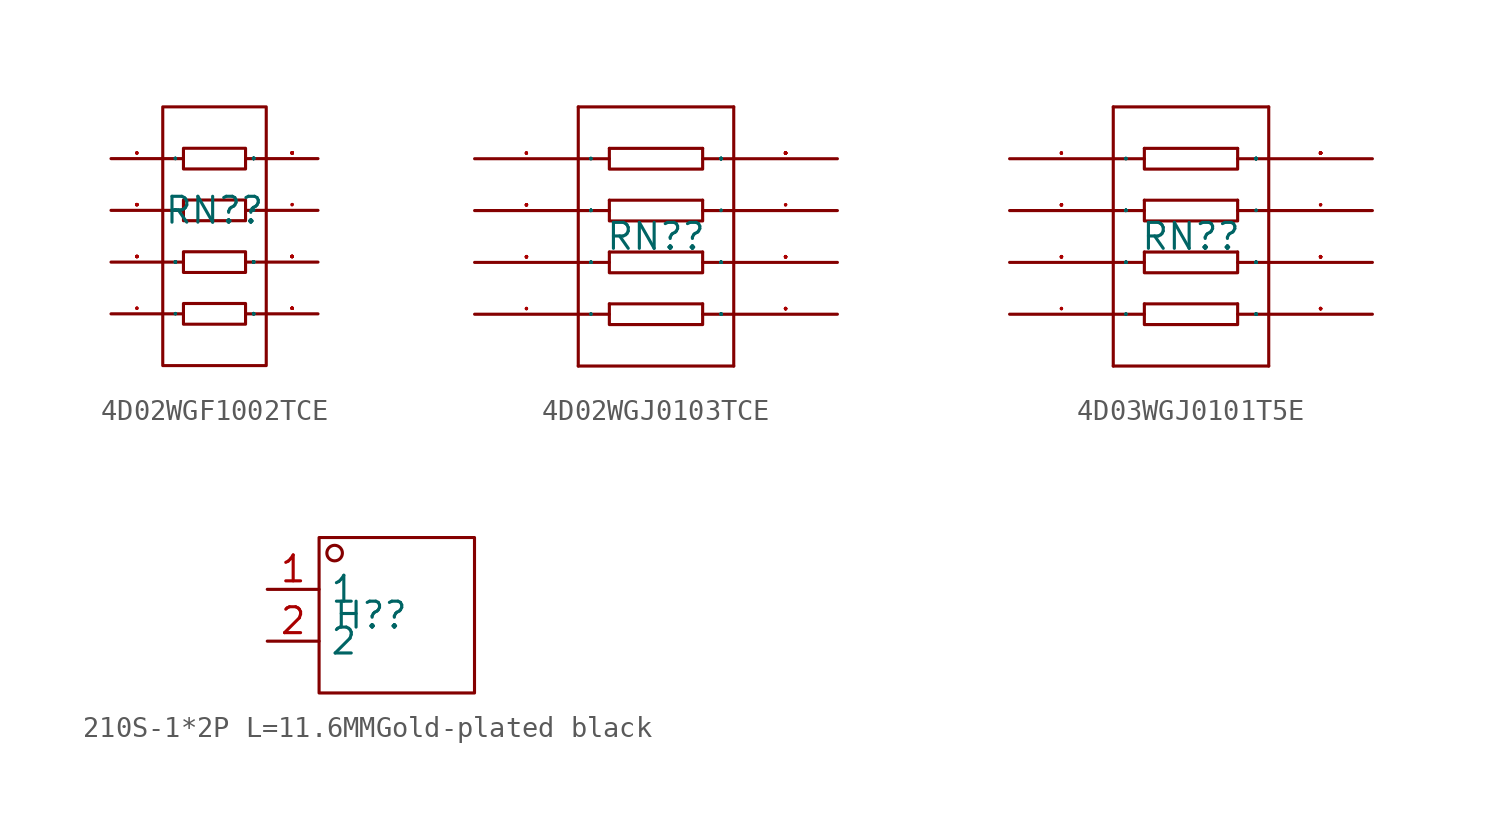
<source format=kicad_sym>
(kicad_symbol_lib
  (version 20231120)
  (generator "kicad_symbol_editor")
  (generator_version "8.0")
  (symbol "4D02WGF1002TCE"
    (property "Reference" "RN?"
      (at 0 0 0)
      (effects (font (size 1.27 1.27))))
    (property "Value" ""
      (at 0 0 0)
      (effects (font (size 1.27 1.27))))
    (symbol "4D02WGF1002TCE_1_0"
      (rectangle (start -2.54 -7.62) (end 2.54 5.08) (stroke (width 0) (type default)) (fill (type none)))
      (rectangle (start -1.524 -5.588) (end 1.524 -4.572) (stroke (width 0) (type default)) (fill (type none)))
      (rectangle (start -1.524 -3.048) (end 1.524 -2.032) (stroke (width 0) (type default)) (fill (type none)))
      (rectangle (start -1.524 -0.508) (end 1.524 0.508) (stroke (width 0) (type default)) (fill (type none)))
      (rectangle (start -1.524 2.032) (end 1.524 3.048) (stroke (width 0) (type default)) (fill (type none)))
      (polyline (pts (xy -2.54 -5.08) (xy -1.524 -5.08)) (stroke (width 0) (type default)) (fill (type none)))
      (polyline (pts (xy -2.54 -2.54) (xy -1.524 -2.54)) (stroke (width 0) (type default)) (fill (type none)))
      (polyline (pts (xy -2.54 0) (xy -1.524 0)) (stroke (width 0) (type default)) (fill (type none)))
      (polyline (pts (xy -1.524 2.54) (xy -2.54 2.54)) (stroke (width 0) (type default)) (fill (type none)))
      (polyline (pts (xy 1.524 -5.08) (xy 2.54 -5.08)) (stroke (width 0) (type default)) (fill (type none)))
      (polyline (pts (xy 1.524 -2.54) (xy 2.54 -2.54)) (stroke (width 0) (type default)) (fill (type none)))
      (polyline (pts (xy 1.524 0) (xy 2.54 0)) (stroke (width 0) (type default)) (fill (type none)))
      (polyline (pts (xy 1.524 2.54) (xy 2.54 2.54)) (stroke (width 0) (type default)) (fill (type none)))
      (pin input line (at -5.08 2.54 0) (length 2.54) (name "1" (effects (font (size 0.025 0.025)))) (number "1" (effects (font (size 0.025 0.025)))))
      (pin input line (at -5.08 0 0) (length 2.54) (name "2" (effects (font (size 0.025 0.025)))) (number "2" (effects (font (size 0.025 0.025)))))
      (pin input line (at -5.08 -2.54 0) (length 2.54) (name "3" (effects (font (size 0.025 0.025)))) (number "3" (effects (font (size 0.025 0.025)))))
      (pin input line (at -5.08 -5.08 0) (length 2.54) (name "4" (effects (font (size 0.025 0.025)))) (number "4" (effects (font (size 0.025 0.025)))))
      (pin input line (at 5.08 -5.08 180) (length 2.54) (name "5" (effects (font (size 0.025 0.025)))) (number "5" (effects (font (size 0.025 0.025)))))
      (pin input line (at 5.08 -2.54 180) (length 2.54) (name "6" (effects (font (size 0.025 0.025)))) (number "6" (effects (font (size 0.025 0.025)))))
      (pin input line (at 5.08 0 180) (length 2.54) (name "7" (effects (font (size 0.025 0.025)))) (number "7" (effects (font (size 0.025 0.025)))))
      (pin input line (at 5.08 2.54 180) (length 2.54) (name "8" (effects (font (size 0.025 0.025)))) (number "8" (effects (font (size 0.025 0.025)))))))
  (symbol "4D02WGJ0103TCE"
    (property "Reference" "RN?"
      (at 0 0 0)
      (effects (font (size 1.27 1.27))))
    (property "Value" ""
      (at 0 0 0)
      (effects (font (size 1.27 1.27))))
    (symbol "4D02WGJ0103TCE_1_0"
      (polyline (pts (xy -3.81 -6.35) (xy 3.81 -6.35)) (stroke (width 0) (type default)) (fill (type none)))
      (polyline (pts (xy -3.81 -3.81) (xy -2.286 -3.81)) (stroke (width 0) (type default)) (fill (type none)))
      (polyline (pts (xy -3.81 -1.27) (xy -2.286 -1.27)) (stroke (width 0) (type default)) (fill (type none)))
      (polyline (pts (xy -3.81 1.27) (xy -2.286 1.27)) (stroke (width 0) (type default)) (fill (type none)))
      (polyline (pts (xy -3.81 3.81) (xy -2.286 3.81)) (stroke (width 0) (type default)) (fill (type none)))
      (polyline (pts (xy -3.81 6.35) (xy -3.81 -6.35)) (stroke (width 0) (type default)) (fill (type none)))
      (polyline (pts (xy -3.81 6.35) (xy 3.81 6.35)) (stroke (width 0) (type default)) (fill (type none)))
      (polyline (pts (xy -2.286 -3.302) (xy 2.286 -3.302)) (stroke (width 0) (type default)) (fill (type none)))
      (polyline (pts (xy -2.286 -0.762) (xy 2.286 -0.762)) (stroke (width 0) (type default)) (fill (type none)))
      (polyline (pts (xy -2.286 1.778) (xy 2.286 1.778)) (stroke (width 0) (type default)) (fill (type none)))
      (polyline (pts (xy -2.286 4.318) (xy 2.286 4.318)) (stroke (width 0) (type default)) (fill (type none)))
      (polyline (pts (xy 2.286 -3.81) (xy 3.81 -3.81)) (stroke (width 0) (type default)) (fill (type none)))
      (polyline (pts (xy 2.286 -1.27) (xy 3.81 -1.27)) (stroke (width 0) (type default)) (fill (type none)))
      (polyline (pts (xy 2.286 1.27) (xy 3.81 1.27)) (stroke (width 0) (type default)) (fill (type none)))
      (polyline (pts (xy 2.286 3.81) (xy 3.81 3.81)) (stroke (width 0) (type default)) (fill (type none)))
      (polyline (pts (xy 3.81 6.35) (xy 3.81 -6.35)) (stroke (width 0) (type default)) (fill (type none)))
      (polyline (pts (xy -2.286 -3.302) (xy -2.286 -4.318) (xy -2.286 -4.318) (xy 2.286 -4.318) (xy 2.286 -4.318) (xy 2.286 -3.302)) (stroke (width 0) (type default)) (fill (type none)))
      (polyline (pts (xy -2.286 -0.762) (xy -2.286 -1.778) (xy -2.286 -1.778) (xy 2.286 -1.778) (xy 2.286 -1.778) (xy 2.286 -0.762)) (stroke (width 0) (type default)) (fill (type none)))
      (polyline (pts (xy -2.286 1.778) (xy -2.286 0.762) (xy -2.286 0.762) (xy 2.286 0.762) (xy 2.286 0.762) (xy 2.286 1.778)) (stroke (width 0) (type default)) (fill (type none)))
      (polyline (pts (xy -2.286 4.318) (xy -2.286 3.302) (xy -2.286 3.302) (xy 2.286 3.302) (xy 2.286 3.302) (xy 2.286 4.318)) (stroke (width 0) (type default)) (fill (type none)))
      (pin input line (at -8.89 3.81 0) (length 5.08) (name "1" (effects (font (size 0.025 0.025)))) (number "1" (effects (font (size 0.025 0.025)))))
      (pin input line (at -8.89 1.27 0) (length 5.08) (name "2" (effects (font (size 0.025 0.025)))) (number "2" (effects (font (size 0.025 0.025)))))
      (pin input line (at -8.89 -1.27 0) (length 5.08) (name "3" (effects (font (size 0.025 0.025)))) (number "3" (effects (font (size 0.025 0.025)))))
      (pin input line (at -8.89 -3.81 0) (length 5.08) (name "4" (effects (font (size 0.025 0.025)))) (number "4" (effects (font (size 0.025 0.025)))))
      (pin input line (at 8.89 -3.81 180) (length 5.08) (name "5" (effects (font (size 0.025 0.025)))) (number "5" (effects (font (size 0.025 0.025)))))
      (pin input line (at 8.89 -1.27 180) (length 5.08) (name "6" (effects (font (size 0.025 0.025)))) (number "6" (effects (font (size 0.025 0.025)))))
      (pin input line (at 8.89 1.27 180) (length 5.08) (name "7" (effects (font (size 0.025 0.025)))) (number "7" (effects (font (size 0.025 0.025)))))
      (pin input line (at 8.89 3.81 180) (length 5.08) (name "8" (effects (font (size 0.025 0.025)))) (number "8" (effects (font (size 0.025 0.025)))))))
  (symbol "4D03WGJ0101T5E"
    (property "Reference" "RN?"
      (at 0 0 0)
      (effects (font (size 1.27 1.27))))
    (property "Value" ""
      (at 0 0 0)
      (effects (font (size 1.27 1.27))))
    (symbol "4D03WGJ0101T5E_1_0"
      (polyline (pts (xy -3.81 -6.35) (xy 3.81 -6.35)) (stroke (width 0) (type default)) (fill (type none)))
      (polyline (pts (xy -3.81 -3.81) (xy -2.286 -3.81)) (stroke (width 0) (type default)) (fill (type none)))
      (polyline (pts (xy -3.81 -1.27) (xy -2.286 -1.27)) (stroke (width 0) (type default)) (fill (type none)))
      (polyline (pts (xy -3.81 1.27) (xy -2.286 1.27)) (stroke (width 0) (type default)) (fill (type none)))
      (polyline (pts (xy -3.81 3.81) (xy -2.286 3.81)) (stroke (width 0) (type default)) (fill (type none)))
      (polyline (pts (xy -3.81 6.35) (xy -3.81 -6.35)) (stroke (width 0) (type default)) (fill (type none)))
      (polyline (pts (xy -3.81 6.35) (xy 3.81 6.35)) (stroke (width 0) (type default)) (fill (type none)))
      (polyline (pts (xy -2.286 -3.302) (xy 2.286 -3.302)) (stroke (width 0) (type default)) (fill (type none)))
      (polyline (pts (xy -2.286 -0.762) (xy 2.286 -0.762)) (stroke (width 0) (type default)) (fill (type none)))
      (polyline (pts (xy -2.286 1.778) (xy 2.286 1.778)) (stroke (width 0) (type default)) (fill (type none)))
      (polyline (pts (xy -2.286 4.318) (xy 2.286 4.318)) (stroke (width 0) (type default)) (fill (type none)))
      (polyline (pts (xy 2.286 -3.81) (xy 3.81 -3.81)) (stroke (width 0) (type default)) (fill (type none)))
      (polyline (pts (xy 2.286 -1.27) (xy 3.81 -1.27)) (stroke (width 0) (type default)) (fill (type none)))
      (polyline (pts (xy 2.286 1.27) (xy 3.81 1.27)) (stroke (width 0) (type default)) (fill (type none)))
      (polyline (pts (xy 2.286 3.81) (xy 3.81 3.81)) (stroke (width 0) (type default)) (fill (type none)))
      (polyline (pts (xy 3.81 6.35) (xy 3.81 -6.35)) (stroke (width 0) (type default)) (fill (type none)))
      (polyline (pts (xy -2.286 -3.302) (xy -2.286 -4.318) (xy -2.286 -4.318) (xy 2.286 -4.318) (xy 2.286 -4.318) (xy 2.286 -3.302)) (stroke (width 0) (type default)) (fill (type none)))
      (polyline (pts (xy -2.286 -0.762) (xy -2.286 -1.778) (xy -2.286 -1.778) (xy 2.286 -1.778) (xy 2.286 -1.778) (xy 2.286 -0.762)) (stroke (width 0) (type default)) (fill (type none)))
      (polyline (pts (xy -2.286 1.778) (xy -2.286 0.762) (xy -2.286 0.762) (xy 2.286 0.762) (xy 2.286 0.762) (xy 2.286 1.778)) (stroke (width 0) (type default)) (fill (type none)))
      (polyline (pts (xy -2.286 4.318) (xy -2.286 3.302) (xy -2.286 3.302) (xy 2.286 3.302) (xy 2.286 3.302) (xy 2.286 4.318)) (stroke (width 0) (type default)) (fill (type none)))
      (pin input line (at -8.89 3.81 0) (length 5.08) (name "1" (effects (font (size 0.025 0.025)))) (number "1" (effects (font (size 0.025 0.025)))))
      (pin input line (at -8.89 1.27 0) (length 5.08) (name "2" (effects (font (size 0.025 0.025)))) (number "2" (effects (font (size 0.025 0.025)))))
      (pin input line (at -8.89 -1.27 0) (length 5.08) (name "3" (effects (font (size 0.025 0.025)))) (number "3" (effects (font (size 0.025 0.025)))))
      (pin input line (at -8.89 -3.81 0) (length 5.08) (name "4" (effects (font (size 0.025 0.025)))) (number "4" (effects (font (size 0.025 0.025)))))
      (pin input line (at 8.89 -3.81 180) (length 5.08) (name "5" (effects (font (size 0.025 0.025)))) (number "5" (effects (font (size 0.025 0.025)))))
      (pin input line (at 8.89 -1.27 180) (length 5.08) (name "6" (effects (font (size 0.025 0.025)))) (number "6" (effects (font (size 0.025 0.025)))))
      (pin input line (at 8.89 1.27 180) (length 5.08) (name "7" (effects (font (size 0.025 0.025)))) (number "7" (effects (font (size 0.025 0.025)))))
      (pin input line (at 8.89 3.81 180) (length 5.08) (name "8" (effects (font (size 0.025 0.025)))) (number "8" (effects (font (size 0.025 0.025)))))))
  (symbol "210S-1*2P L=11.6MMGold-plated black"
    (property "Reference" "H?"
      (at 0 0 0)
      (effects (font (size 1.27 1.27))))
    (property "Value" ""
      (at 0 0 0)
      (effects (font (size 1.27 1.27))))
    (symbol "210S-1*2P L=11.6MMGold-plated black_1_0"
      (rectangle (start -2.54 -3.81) (end 5.08 3.81) (stroke (width 0) (type default)) (fill (type none)))
      (circle (center -1.778 3.048) (radius 0.381) (stroke (width 0) (type default)) (fill (type none)))
      (pin input line (at -5.08 1.27 0) (length 2.54) (name "1" (effects (font (size 1.27 1.27)))) (number "1" (effects (font (size 1.27 1.27)))))
      (pin input line (at -5.08 -1.27 0) (length 2.54) (name "2" (effects (font (size 1.27 1.27)))) (number "2" (effects (font (size 1.27 1.27))))))))
</source>
